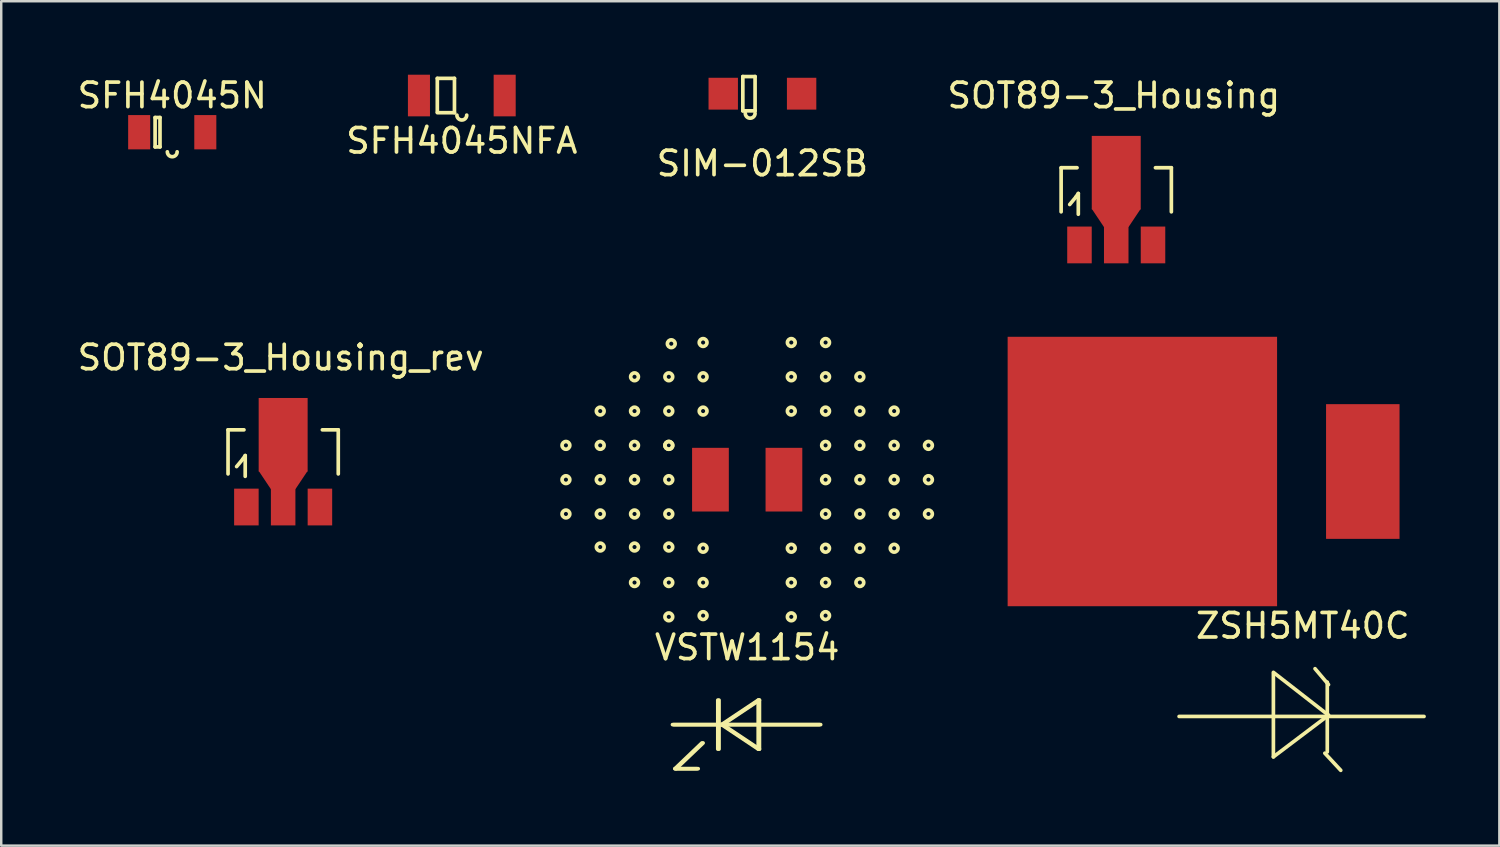
<source format=kicad_pcb>
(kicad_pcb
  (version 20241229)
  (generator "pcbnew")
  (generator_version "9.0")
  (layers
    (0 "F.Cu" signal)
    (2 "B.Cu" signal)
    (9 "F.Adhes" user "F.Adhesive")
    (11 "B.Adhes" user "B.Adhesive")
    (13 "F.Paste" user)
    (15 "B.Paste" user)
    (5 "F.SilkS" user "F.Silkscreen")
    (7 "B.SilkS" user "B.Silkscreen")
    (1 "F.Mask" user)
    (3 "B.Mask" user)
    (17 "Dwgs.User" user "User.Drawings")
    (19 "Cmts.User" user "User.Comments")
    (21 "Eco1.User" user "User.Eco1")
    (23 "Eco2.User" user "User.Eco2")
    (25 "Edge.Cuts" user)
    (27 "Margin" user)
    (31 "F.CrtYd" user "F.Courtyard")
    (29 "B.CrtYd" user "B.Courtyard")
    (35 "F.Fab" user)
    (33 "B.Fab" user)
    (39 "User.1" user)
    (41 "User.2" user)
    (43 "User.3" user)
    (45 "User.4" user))
  (footprint "SOT89-3_Housing"
    (layer "F.Cu")
    (at 42.522 5.098)
    (property "Reference" "SOT89-3_Housing" (at -0.099 -4.249 0) (layer "F.SilkS") (effects (font (size 1 1) (thickness 0.15))))
    (attr smd)
    (fp_line (start -2.25 -1.3) (end -2.25 0.5) (stroke (width 0.15) (type solid)) (layer "F.SilkS"))
    (fp_line (start -2.25 -1.3) (end -1.6 -1.3) (stroke (width 0.15) (type solid)) (layer "F.SilkS"))
    (fp_line (start -1.9 0.201) (end -1.651 -0.099) (stroke (width 0.15) (type solid)) (layer "F.SilkS"))
    (fp_line (start -1.651 -0.099) (end -1.549 -0.249) (stroke (width 0.15) (type solid)) (layer "F.SilkS"))
    (fp_line (start -1.549 -0.249) (end -1.549 0.599) (stroke (width 0.15) (type solid)) (layer "F.SilkS"))
    (fp_line (start 2.25 -1.3) (end 1.6 -1.3) (stroke (width 0.15) (type solid)) (layer "F.SilkS"))
    (fp_line (start 2.25 -1.3) (end 2.25 0.5) (stroke (width 0.15) (type solid)) (layer "F.SilkS"))
    (pad "1" smd rect (at 1.501 1.852) (size 1.001 1.501) (layers "F.Cu" "F.Mask" "F.Paste"))
    (pad "2" smd rect (at 0 -1.1) (size 1.999 3) (layers "F.Cu" "F.Mask" "F.Paste"))
    (pad "2" smd trapezoid (at 0 0.749 180) (size 1.501 0.749) (rect_delta 0 0.5) (layers "F.Cu" "F.Mask" "F.Paste"))
    (pad "2" smd rect (at 0 1.852) (size 1.001 1.501) (layers "F.Cu" "F.Mask" "F.Paste"))
    (pad "3" smd rect (at -1.501 1.852) (size 1.001 1.501) (layers "F.Cu" "F.Mask" "F.Paste")))
  (footprint "SFH4045NFA"
    (layer "F.Cu")
    (at 15.804 0.85)
    (property "Reference" "SFH4045NFA" (at 0 1.85 0) (layer "F.SilkS") (effects (font (size 1 1) (thickness 0.15))))
    (attr through_hole)
    (fp_line (start -1 -0.7) (end -0.3 -0.7) (stroke (width 0.15) (type solid)) (layer "F.SilkS"))
    (fp_line (start -1 0.67) (end -1 -0.7) (stroke (width 0.15) (type solid)) (layer "F.SilkS"))
    (fp_line (start -0.3 -0.7) (end -0.3 0.7) (stroke (width 0.15) (type solid)) (layer "F.SilkS"))
    (fp_line (start -0.3 0.7) (end -1 0.7) (stroke (width 0.15) (type solid)) (layer "F.SilkS"))
    (fp_arc (start 0.2 0.8) (mid 0 1) (end -0.2 0.8) (stroke (width 0.15) (type solid)) (layer "F.SilkS"))
    (pad "1" smd rect (at -1.75 0) (size 0.9 1.7) (layers "F.Cu" "F.Mask" "F.Paste"))
    (pad "2" smd rect (at 1.75 0) (size 0.9 1.7) (layers "F.Cu" "F.Mask" "F.Paste")))
  (footprint "SIM-012SB"
    (layer "F.Cu")
    (at 28.077 0.325)
    (property "Reference" "SIM-012SB" (at 0 3.3 0) (layer "F.SilkS") (effects (font (size 1 1) (thickness 0.15))))
    (attr through_hole)
    (fp_line (start -0.8 -0.25) (end -0.3 -0.25) (stroke (width 0.15) (type solid)) (layer "F.SilkS"))
    (fp_line (start -0.8 1.15) (end -0.8 -0.25) (stroke (width 0.15) (type solid)) (layer "F.SilkS"))
    (fp_line (start -0.3 -0.25) (end -0.3 1.15) (stroke (width 0.15) (type solid)) (layer "F.SilkS"))
    (fp_line (start -0.3 1.15) (end -0.8 1.15) (stroke (width 0.15) (type solid)) (layer "F.SilkS"))
    (fp_arc (start -0.3 1.25) (mid -0.5 1.45) (end -0.7 1.25) (stroke (width 0.15) (type solid)) (layer "F.SilkS"))
    (pad "1" smd rect (at -1.6 0.45) (size 1.2 1.3) (layers "F.Cu" "F.Mask" "F.Paste"))
    (pad "2" smd rect (at 1.6 0.45) (size 1.2 1.3) (layers "F.Cu" "F.Mask" "F.Paste")))
  (footprint "ZSH5MT40C"
    (layer "F.Cu")
    (at 50.088 16.2)
    (property "Reference" "ZSH5MT40C" (at 0.05 6.3 0) (layer "F.SilkS") (effects (font (size 1 1) (thickness 0.15))))
    (attr through_hole)
    (fp_line (start -5 10) (end 5 10) (stroke (width 0.15) (type solid)) (layer "F.SilkS"))
    (fp_line (start -1.15 8.25) (end -1.15 11.65) (stroke (width 0.15) (type solid)) (layer "F.SilkS"))
    (fp_line (start -1.15 11.65) (end 1.1 9.95) (stroke (width 0.15) (type solid)) (layer "F.SilkS"))
    (fp_line (start 0.55 8.05) (end 1.1 8.7) (stroke (width 0.15) (type solid)) (layer "F.SilkS"))
    (fp_line (start 0.95 11.5) (end 1.6 12.2) (stroke (width 0.15) (type solid)) (layer "F.SilkS"))
    (fp_line (start 1.05 8.6) (end 1.05 11.45) (stroke (width 0.15) (type solid)) (layer "F.SilkS"))
    (fp_line (start 1.1 9.95) (end -1.15 8.2) (stroke (width 0.15) (type solid)) (layer "F.SilkS"))
    (pad "1" smd rect (at 2.5 0) (size 3 5.5) (layers "F.Cu" "F.Mask" "F.Paste"))
    (pad "2" smd rect (at -6.5 0) (size 11 11) (layers "F.Cu" "F.Mask" "F.Paste")))
  (footprint "SFH4045N"
    (layer "F.Cu")
    (at 3.982 2.348)
    (property "Reference" "SFH4045N" (at 0 -1.5 0) (layer "F.SilkS") (effects (font (size 1 1) (thickness 0.15))))
    (attr through_hole)
    (fp_line (start -0.7 -0.6) (end -0.5 -0.6) (stroke (width 0.15) (type solid)) (layer "F.SilkS"))
    (fp_line (start -0.7 0.6) (end -0.7 -0.6) (stroke (width 0.15) (type solid)) (layer "F.SilkS"))
    (fp_line (start -0.5 -0.6) (end -0.5 0.6) (stroke (width 0.15) (type solid)) (layer "F.SilkS"))
    (fp_line (start -0.5 0.6) (end -0.7 0.6) (stroke (width 0.15) (type solid)) (layer "F.SilkS"))
    (fp_arc (start 0.2 0.8) (mid 0 1) (end -0.2 0.8) (stroke (width 0.15) (type solid)) (layer "F.SilkS"))
    (pad "1" smd rect (at -1.35 0) (size 0.9 1.4) (layers "F.Cu" "F.Mask" "F.Paste"))
    (pad "2" smd rect (at 1.35 0) (size 0.9 1.4) (layers "F.Cu" "F.Mask" "F.Paste")))
  (footprint "SOT89-3_Housing_rev"
    (layer "F.Cu")
    (at 8.51 15.798)
    (property "Reference" "SOT89-3_Housing_rev" (at -0.099 -4.249 0) (layer "F.SilkS") (effects (font (size 1 1) (thickness 0.15))))
    (attr smd)
    (fp_line (start -2.25 -1.3) (end -2.25 0.5) (stroke (width 0.15) (type solid)) (layer "F.SilkS"))
    (fp_line (start -2.25 -1.3) (end -1.6 -1.3) (stroke (width 0.15) (type solid)) (layer "F.SilkS"))
    (fp_line (start -1.9 0.201) (end -1.651 -0.099) (stroke (width 0.15) (type solid)) (layer "F.SilkS"))
    (fp_line (start -1.651 -0.099) (end -1.549 -0.249) (stroke (width 0.15) (type solid)) (layer "F.SilkS"))
    (fp_line (start -1.549 -0.249) (end -1.549 0.599) (stroke (width 0.15) (type solid)) (layer "F.SilkS"))
    (fp_line (start 2.25 -1.3) (end 1.6 -1.3) (stroke (width 0.15) (type solid)) (layer "F.SilkS"))
    (fp_line (start 2.25 -1.3) (end 2.25 0.5) (stroke (width 0.15) (type solid)) (layer "F.SilkS"))
    (pad "1" smd rect (at 1.501 1.852) (size 1.001 1.501) (layers "F.Cu" "F.Mask" "F.Paste"))
    (pad "2" smd rect (at 0 -1.1) (size 1.999 3) (layers "F.Cu" "F.Mask" "F.Paste"))
    (pad "2" smd trapezoid (at 0 0.749 180) (size 1.501 0.749) (rect_delta 0 0.5) (layers "F.Cu" "F.Mask" "F.Paste"))
    (pad "2" smd rect (at 0 1.852) (size 1.001 1.501) (layers "F.Cu" "F.Mask" "F.Paste"))
    (pad "3" smd rect (at -1.501 1.852) (size 1.001 1.501) (layers "F.Cu" "F.Mask" "F.Paste")))
  (footprint "VSTW1154"
    (layer "F.Cu")
    (at 27.455 16.533)
    (property "Reference" "VSTW1154" (at 0 6.85 0) (layer "F.SilkS") (effects (font (size 1 1) (thickness 0.15))))
    (attr through_hole)
    (fp_line (start -3.05 10) (end 2.95 10) (stroke (width 0.15) (type solid)) (layer "F.SilkS"))
    (fp_line (start -3 10) (end 3 10) (stroke (width 0.15) (type solid)) (layer "F.SilkS"))
    (fp_line (start -2.95 11.8) (end -2.05 11.8) (stroke (width 0.15) (type solid)) (layer "F.SilkS"))
    (fp_line (start -2.9 11.8) (end -2 11.8) (stroke (width 0.15) (type solid)) (layer "F.SilkS"))
    (fp_line (start -1.85 10.75) (end -2.95 11.8) (stroke (width 0.15) (type solid)) (layer "F.SilkS"))
    (fp_line (start -1.8 10.75) (end -2.9 11.8) (stroke (width 0.15) (type solid)) (layer "F.SilkS"))
    (fp_line (start -1.2 9) (end -1.2 11) (stroke (width 0.15) (type solid)) (layer "F.SilkS"))
    (fp_line (start -1.15 9) (end -1.15 11) (stroke (width 0.15) (type solid)) (layer "F.SilkS"))
    (fp_line (start -1.05 10) (end 0.45 9) (stroke (width 0.15) (type solid)) (layer "F.SilkS"))
    (fp_line (start -1 10) (end 0.5 9) (stroke (width 0.15) (type solid)) (layer "F.SilkS"))
    (fp_line (start 0.45 9) (end 0.45 11) (stroke (width 0.15) (type solid)) (layer "F.SilkS"))
    (fp_line (start 0.45 11) (end -1.05 10) (stroke (width 0.15) (type solid)) (layer "F.SilkS"))
    (fp_line (start 0.5 9) (end 0.5 11) (stroke (width 0.15) (type solid)) (layer "F.SilkS"))
    (fp_line (start 0.5 11) (end -1 10) (stroke (width 0.15) (type solid)) (layer "F.SilkS"))
    (fp_circle (center -7.4 -1.4) (end -7.55 -1.35) (stroke (width 0.15) (type solid)) (fill no) (layer "F.SilkS"))
    (fp_circle (center -7.4 0) (end -7.55 0.05) (stroke (width 0.15) (type solid)) (fill no) (layer "F.SilkS"))
    (fp_circle (center -7.4 1.4) (end -7.55 1.45) (stroke (width 0.15) (type solid)) (fill no) (layer "F.SilkS"))
    (fp_circle (center -6 -2.8) (end -6.15 -2.75) (stroke (width 0.15) (type solid)) (fill no) (layer "F.SilkS"))
    (fp_circle (center -6 -1.4) (end -6.15 -1.35) (stroke (width 0.15) (type solid)) (fill no) (layer "F.SilkS"))
    (fp_circle (center -6 0) (end -6.15 0.05) (stroke (width 0.15) (type solid)) (fill no) (layer "F.SilkS"))
    (fp_circle (center -6 1.4) (end -6.15 1.45) (stroke (width 0.15) (type solid)) (fill no) (layer "F.SilkS"))
    (fp_circle (center -6 2.75) (end -6.15 2.8) (stroke (width 0.15) (type solid)) (fill no) (layer "F.SilkS"))
    (fp_circle (center -4.6 -4.2) (end -4.75 -4.15) (stroke (width 0.15) (type solid)) (fill no) (layer "F.SilkS"))
    (fp_circle (center -4.6 -2.8) (end -4.75 -2.75) (stroke (width 0.15) (type solid)) (fill no) (layer "F.SilkS"))
    (fp_circle (center -4.6 -1.4) (end -4.75 -1.35) (stroke (width 0.15) (type solid)) (fill no) (layer "F.SilkS"))
    (fp_circle (center -4.6 0) (end -4.75 0.05) (stroke (width 0.15) (type solid)) (fill no) (layer "F.SilkS"))
    (fp_circle (center -4.6 1.4) (end -4.75 1.45) (stroke (width 0.15) (type solid)) (fill no) (layer "F.SilkS"))
    (fp_circle (center -4.6 2.75) (end -4.75 2.8) (stroke (width 0.15) (type solid)) (fill no) (layer "F.SilkS"))
    (fp_circle (center -4.6 4.2) (end -4.75 4.25) (stroke (width 0.15) (type solid)) (fill no) (layer "F.SilkS"))
    (fp_circle (center -3.2 -4.2) (end -3.35 -4.15) (stroke (width 0.15) (type solid)) (fill no) (layer "F.SilkS"))
    (fp_circle (center -3.2 -2.8) (end -3.35 -2.75) (stroke (width 0.15) (type solid)) (fill no) (layer "F.SilkS"))
    (fp_circle (center -3.2 -1.4) (end -3.35 -1.35) (stroke (width 0.15) (type solid)) (fill no) (layer "F.SilkS"))
    (fp_circle (center -3.2 -1.4) (end -3.35 -1.35) (stroke (width 0.15) (type solid)) (fill no) (layer "F.SilkS"))
    (fp_circle (center -3.2 0) (end -3.35 0.05) (stroke (width 0.15) (type solid)) (fill no) (layer "F.SilkS"))
    (fp_circle (center -3.2 1.4) (end -3.35 1.45) (stroke (width 0.15) (type solid)) (fill no) (layer "F.SilkS"))
    (fp_circle (center -3.2 2.75) (end -3.35 2.8) (stroke (width 0.15) (type solid)) (fill no) (layer "F.SilkS"))
    (fp_circle (center -3.2 4.2) (end -3.35 4.25) (stroke (width 0.15) (type solid)) (fill no) (layer "F.SilkS"))
    (fp_circle (center -3.2 5.6) (end -3.35 5.65) (stroke (width 0.15) (type solid)) (fill no) (layer "F.SilkS"))
    (fp_circle (center -3.1 -5.55) (end -3.25 -5.5) (stroke (width 0.15) (type solid)) (fill no) (layer "F.SilkS"))
    (fp_circle (center -1.8 -5.6) (end -1.95 -5.55) (stroke (width 0.15) (type solid)) (fill no) (layer "F.SilkS"))
    (fp_circle (center -1.8 -4.2) (end -1.95 -4.15) (stroke (width 0.15) (type solid)) (fill no) (layer "F.SilkS"))
    (fp_circle (center -1.8 -2.8) (end -1.95 -2.75) (stroke (width 0.15) (type solid)) (fill no) (layer "F.SilkS"))
    (fp_circle (center -1.8 2.8) (end -1.95 2.85) (stroke (width 0.15) (type solid)) (fill no) (layer "F.SilkS"))
    (fp_circle (center -1.8 4.2) (end -1.95 4.25) (stroke (width 0.15) (type solid)) (fill no) (layer "F.SilkS"))
    (fp_circle (center -1.8 5.55) (end -1.95 5.6) (stroke (width 0.15) (type solid)) (fill no) (layer "F.SilkS"))
    (fp_circle (center 1.8 -5.6) (end 1.95 -5.55) (stroke (width 0.15) (type solid)) (fill no) (layer "F.SilkS"))
    (fp_circle (center 1.8 -4.2) (end 1.95 -4.15) (stroke (width 0.15) (type solid)) (fill no) (layer "F.SilkS"))
    (fp_circle (center 1.8 -2.8) (end 1.95 -2.75) (stroke (width 0.15) (type solid)) (fill no) (layer "F.SilkS"))
    (fp_circle (center 1.8 2.8) (end 1.95 2.85) (stroke (width 0.15) (type solid)) (fill no) (layer "F.SilkS"))
    (fp_circle (center 1.8 4.2) (end 1.95 4.25) (stroke (width 0.15) (type solid)) (fill no) (layer "F.SilkS"))
    (fp_circle (center 1.8 5.6) (end 1.95 5.65) (stroke (width 0.15) (type solid)) (fill no) (layer "F.SilkS"))
    (fp_circle (center 3.2 -5.6) (end 3.35 -5.55) (stroke (width 0.15) (type solid)) (fill no) (layer "F.SilkS"))
    (fp_circle (center 3.2 -4.2) (end 3.35 -4.15) (stroke (width 0.15) (type solid)) (fill no) (layer "F.SilkS"))
    (fp_circle (center 3.2 -2.8) (end 3.35 -2.75) (stroke (width 0.15) (type solid)) (fill no) (layer "F.SilkS"))
    (fp_circle (center 3.2 -1.4) (end 3.35 -1.35) (stroke (width 0.15) (type solid)) (fill no) (layer "F.SilkS"))
    (fp_circle (center 3.2 0) (end 3.35 0.05) (stroke (width 0.15) (type solid)) (fill no) (layer "F.SilkS"))
    (fp_circle (center 3.2 1.4) (end 3.35 1.45) (stroke (width 0.15) (type solid)) (fill no) (layer "F.SilkS"))
    (fp_circle (center 3.2 2.8) (end 3.35 2.85) (stroke (width 0.15) (type solid)) (fill no) (layer "F.SilkS"))
    (fp_circle (center 3.2 4.2) (end 3.35 4.25) (stroke (width 0.15) (type solid)) (fill no) (layer "F.SilkS"))
    (fp_circle (center 3.2 5.55) (end 3.35 5.6) (stroke (width 0.15) (type solid)) (fill no) (layer "F.SilkS"))
    (fp_circle (center 4.6 -4.2) (end 4.75 -4.15) (stroke (width 0.15) (type solid)) (fill no) (layer "F.SilkS"))
    (fp_circle (center 4.6 -2.8) (end 4.75 -2.75) (stroke (width 0.15) (type solid)) (fill no) (layer "F.SilkS"))
    (fp_circle (center 4.6 -1.4) (end 4.75 -1.35) (stroke (width 0.15) (type solid)) (fill no) (layer "F.SilkS"))
    (fp_circle (center 4.6 0) (end 4.75 0.05) (stroke (width 0.15) (type solid)) (fill no) (layer "F.SilkS"))
    (fp_circle (center 4.6 1.4) (end 4.75 1.45) (stroke (width 0.15) (type solid)) (fill no) (layer "F.SilkS"))
    (fp_circle (center 4.6 2.8) (end 4.75 2.85) (stroke (width 0.15) (type solid)) (fill no) (layer "F.SilkS"))
    (fp_circle (center 4.6 4.2) (end 4.75 4.25) (stroke (width 0.15) (type solid)) (fill no) (layer "F.SilkS"))
    (fp_circle (center 6 -2.8) (end 6.15 -2.75) (stroke (width 0.15) (type solid)) (fill no) (layer "F.SilkS"))
    (fp_circle (center 6 -1.4) (end 6.15 -1.35) (stroke (width 0.15) (type solid)) (fill no) (layer "F.SilkS"))
    (fp_circle (center 6 0) (end 6.15 0.05) (stroke (width 0.15) (type solid)) (fill no) (layer "F.SilkS"))
    (fp_circle (center 6 1.4) (end 6.15 1.45) (stroke (width 0.15) (type solid)) (fill no) (layer "F.SilkS"))
    (fp_circle (center 6 2.8) (end 6.15 2.85) (stroke (width 0.15) (type solid)) (fill no) (layer "F.SilkS"))
    (fp_circle (center 7.4 -1.4) (end 7.55 -1.35) (stroke (width 0.15) (type solid)) (fill no) (layer "F.SilkS"))
    (fp_circle (center 7.4 0) (end 7.55 0.05) (stroke (width 0.15) (type solid)) (fill no) (layer "F.SilkS"))
    (fp_circle (center 7.4 1.4) (end 7.55 1.45) (stroke (width 0.15) (type solid)) (fill no) (layer "F.SilkS"))
    (pad "1" smd rect (at -1.5 0) (size 1.5 2.6) (layers "F.Cu" "F.Mask" "F.Paste"))
    (pad "2" smd rect (at 1.5 0) (size 1.5 2.6) (layers "F.Cu" "F.Mask" "F.Paste")))
  (gr_rect
    (start -3 -3)
    (end 58.163 31.475)
    (stroke (width 0.1) (type default))
    (fill no)
    (layer "Edge.Cuts")))
</source>
